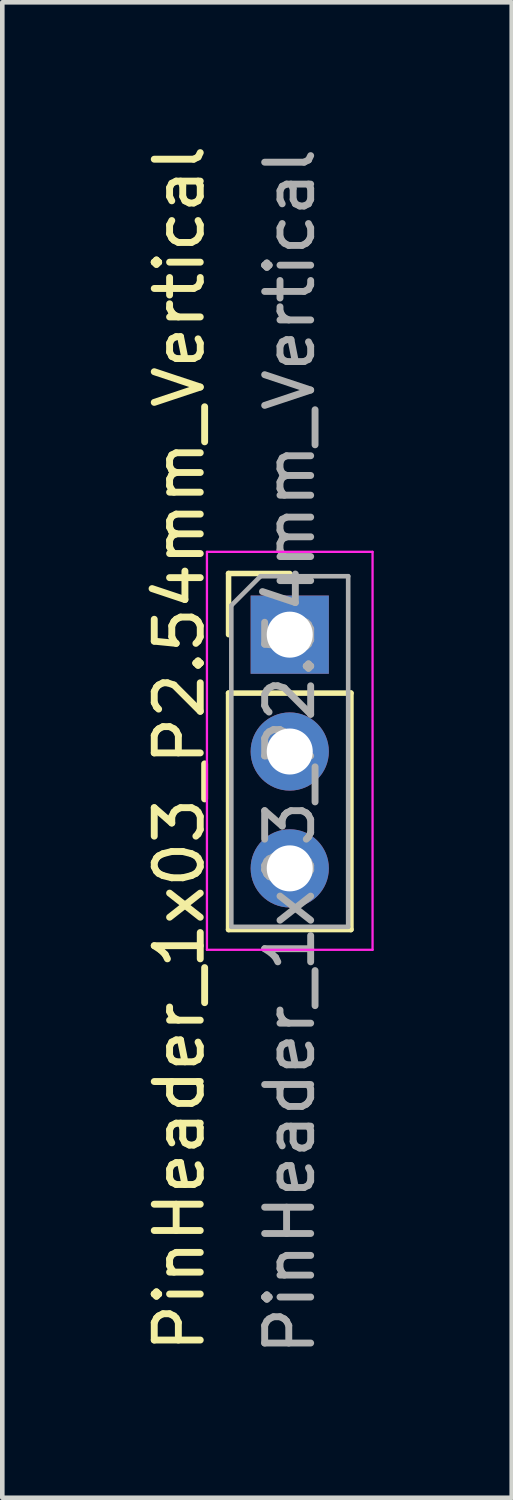
<source format=kicad_pcb>
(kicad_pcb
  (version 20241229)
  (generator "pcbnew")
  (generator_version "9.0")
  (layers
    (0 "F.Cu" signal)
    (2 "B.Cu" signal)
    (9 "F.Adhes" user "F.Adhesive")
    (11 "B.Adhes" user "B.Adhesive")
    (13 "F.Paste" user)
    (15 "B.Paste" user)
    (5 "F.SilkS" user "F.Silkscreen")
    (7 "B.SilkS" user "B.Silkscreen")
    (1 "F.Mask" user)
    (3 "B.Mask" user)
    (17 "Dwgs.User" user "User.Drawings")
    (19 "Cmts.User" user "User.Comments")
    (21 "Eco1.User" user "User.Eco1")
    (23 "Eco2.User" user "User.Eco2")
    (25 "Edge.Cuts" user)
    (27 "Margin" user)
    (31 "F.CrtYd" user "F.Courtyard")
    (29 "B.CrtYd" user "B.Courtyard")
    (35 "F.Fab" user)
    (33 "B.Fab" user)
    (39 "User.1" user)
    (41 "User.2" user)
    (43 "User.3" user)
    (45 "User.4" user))
  (footprint "PinHeader_1x03_P2.54mm_Vertical"
    (layer "F.Cu")
    (at 3.248 10.745)
    (property "Reference" "PinHeader_1x03_P2.54mm_Vertical" (at -2.4 2.475 270) (layer "F.SilkS") (effects (font (size 1 1) (thickness 0.15))))
    (attr through_hole)
    (fp_line (start -1.33 -1.33) (end 0 -1.33) (stroke (width 0.12) (type solid)) (layer "F.SilkS"))
    (fp_line (start -1.33 0) (end -1.33 -1.33) (stroke (width 0.12) (type solid)) (layer "F.SilkS"))
    (fp_line (start -1.33 1.27) (end -1.33 6.41) (stroke (width 0.12) (type solid)) (layer "F.SilkS"))
    (fp_line (start -1.33 1.27) (end 1.33 1.27) (stroke (width 0.12) (type solid)) (layer "F.SilkS"))
    (fp_line (start -1.33 6.41) (end 1.33 6.41) (stroke (width 0.12) (type solid)) (layer "F.SilkS"))
    (fp_line (start 1.33 1.27) (end 1.33 6.41) (stroke (width 0.12) (type solid)) (layer "F.SilkS"))
    (fp_line (start -1.8 -1.8) (end -1.8 6.85) (stroke (width 0.05) (type solid)) (layer "F.CrtYd"))
    (fp_line (start -1.8 6.85) (end 1.8 6.85) (stroke (width 0.05) (type solid)) (layer "F.CrtYd"))
    (fp_line (start 1.8 -1.8) (end -1.8 -1.8) (stroke (width 0.05) (type solid)) (layer "F.CrtYd"))
    (fp_line (start 1.8 6.85) (end 1.8 -1.8) (stroke (width 0.05) (type solid)) (layer "F.CrtYd"))
    (fp_line (start -1.27 -0.635) (end -0.635 -1.27) (stroke (width 0.1) (type solid)) (layer "F.Fab"))
    (fp_line (start -1.27 6.35) (end -1.27 -0.635) (stroke (width 0.1) (type solid)) (layer "F.Fab"))
    (fp_line (start -0.635 -1.27) (end 1.27 -1.27) (stroke (width 0.1) (type solid)) (layer "F.Fab"))
    (fp_line (start 1.27 -1.27) (end 1.27 6.35) (stroke (width 0.1) (type solid)) (layer "F.Fab"))
    (fp_line (start 1.27 6.35) (end -1.27 6.35) (stroke (width 0.1) (type solid)) (layer "F.Fab"))
    (fp_text user "${REFERENCE}" (at 0 2.54 90) (layer "F.Fab") (effects (font (size 1 1) (thickness 0.15))))
    (pad "1" thru_hole rect (at 0 0) (size 1.7 1.7) (drill 1) (layers "*.Cu" "*.Mask"))
    (pad "2" thru_hole oval (at 0 2.54) (size 1.7 1.7) (drill 1) (layers "*.Cu" "*.Mask"))
    (pad "3" thru_hole oval (at 0 5.08) (size 1.7 1.7) (drill 1) (layers "*.Cu" "*.Mask")))
  (gr_rect
    (start -3 -3)
    (end 8.073 29.505)
    (stroke (width 0.1) (type default))
    (fill no)
    (layer "Edge.Cuts")))
</source>
